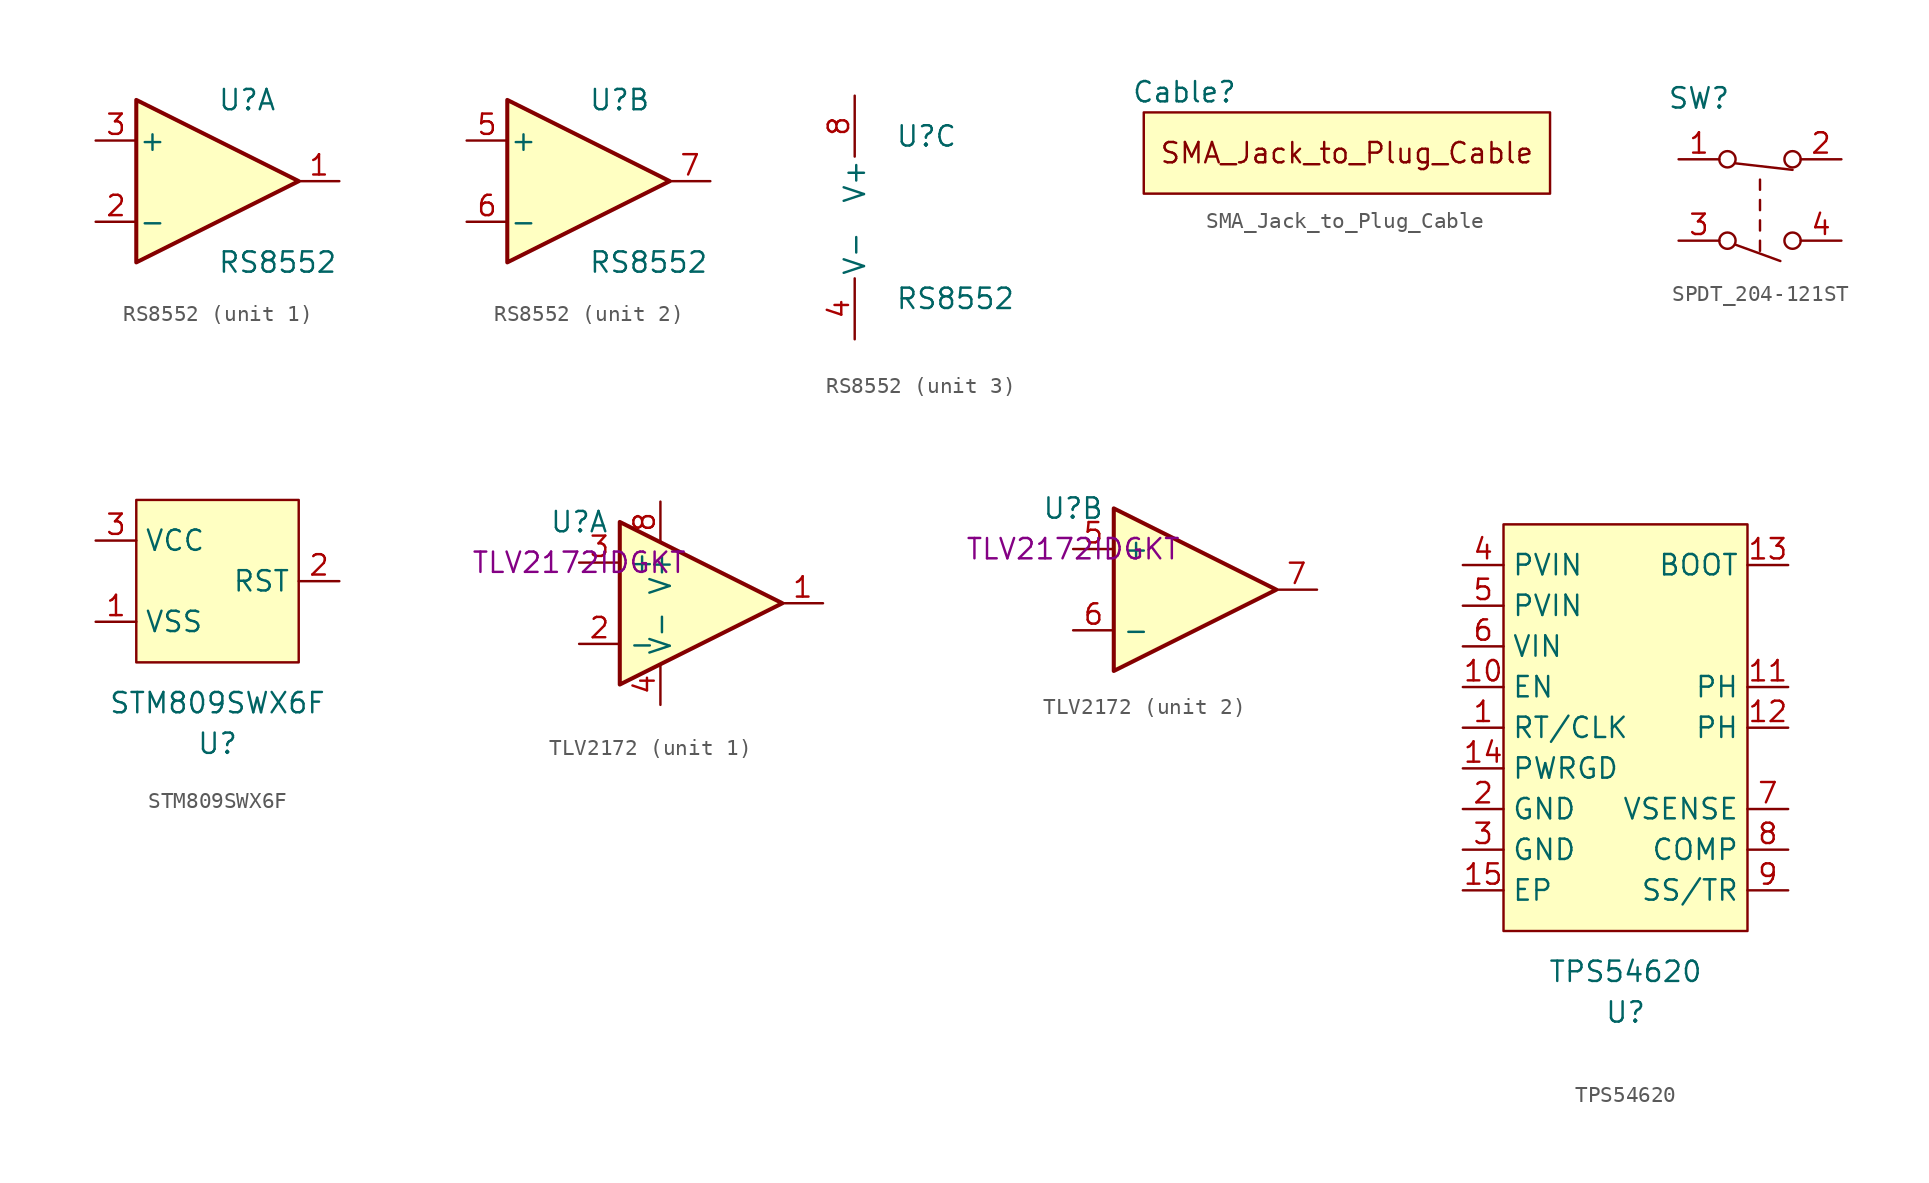
<source format=kicad_sym>
(kicad_symbol_lib
  (version 20220914)
  (generator kicad_symbol_editor)
  (symbol "RS8552"
    (pin_names
      (offset 0.127))
    (property "Reference" "U"
      (at 0 5.08 0)
      (effects (font (size 1.27 1.27)) (justify left)))
    (property "Value" "RS8552"
      (at 0 -5.08 0)
      (effects (font (size 1.27 1.27)) (justify left)))
    (property "ki_locked" ""
      (at 0 0 0)
      (effects (font (size 1.27 1.27))))
    (symbol "RS8552_1_1"
      (polyline (pts (xy -5.08 5.08) (xy 5.08 0) (xy -5.08 -5.08) (xy -5.08 5.08)) (stroke (width 0.254) (type default)) (fill (type background)))
      (pin output line (at 7.62 0 180) (length 2.54) (name "~" (effects (font (size 1.27 1.27)))) (number "1" (effects (font (size 1.27 1.27)))))
      (pin input line (at -7.62 -2.54 0) (length 2.54) (name "-" (effects (font (size 1.27 1.27)))) (number "2" (effects (font (size 1.27 1.27)))))
      (pin input line (at -7.62 2.54 0) (length 2.54) (name "+" (effects (font (size 1.27 1.27)))) (number "3" (effects (font (size 1.27 1.27))))))
    (symbol "RS8552_2_1"
      (polyline (pts (xy -5.08 5.08) (xy 5.08 0) (xy -5.08 -5.08) (xy -5.08 5.08)) (stroke (width 0.254) (type default)) (fill (type background)))
      (pin input line (at -7.62 2.54 0) (length 2.54) (name "+" (effects (font (size 1.27 1.27)))) (number "5" (effects (font (size 1.27 1.27)))))
      (pin input line (at -7.62 -2.54 0) (length 2.54) (name "-" (effects (font (size 1.27 1.27)))) (number "6" (effects (font (size 1.27 1.27)))))
      (pin output line (at 7.62 0 180) (length 2.54) (name "~" (effects (font (size 1.27 1.27)))) (number "7" (effects (font (size 1.27 1.27))))))
    (symbol "RS8552_3_1"
      (pin power_in line (at -2.54 -7.62 90) (length 3.81) (name "V-" (effects (font (size 1.27 1.27)))) (number "4" (effects (font (size 1.27 1.27)))))
      (pin power_in line (at -2.54 7.62 270) (length 3.81) (name "V+" (effects (font (size 1.27 1.27)))) (number "8" (effects (font (size 1.27 1.27)))))))
  (symbol "SMA_Jack_to_Plug_Cable"
    (property "Reference" "Cable"
      (at 2.54 1.27 0)
      (effects (font (size 1.27 1.27))))
    (symbol "SMA_Jack_to_Plug_Cable_0_1"
      (rectangle (start 0 0) (end 25.4 -5.08) (stroke (width 0) (type default)) (fill (type background))))
    (symbol "SMA_Jack_to_Plug_Cable_1_1"
      (text "SMA_Jack_to_Plug_Cable" (at 12.7 -2.54 0) (effects (font (size 1.27 1.27))))))
  (symbol "SPDT_204-121ST"
    (property "Reference" "SW"
      (at 1.27 3.81 0)
      (effects (font (size 1.27 1.27))))
    (property "Value" ""
      (at 0 -5.08 0)
      (effects (font (size 1.27 1.27))))
    (symbol "SPDT_204-121ST_0_0"
      (polyline (pts (xy 3.556 -5.334) (xy 6.35 -6.35)) (stroke (width 0) (type default)) (fill (type none)))
      (polyline (pts (xy 3.556 -0.254) (xy 7.112 -0.66)) (stroke (width 0) (type default)) (fill (type none)))
      (polyline (pts (xy 5.08 -5.08) (xy 5.08 -5.715)) (stroke (width 0) (type default)) (fill (type none)))
      (polyline (pts (xy 5.08 -3.81) (xy 5.08 -4.445)) (stroke (width 0) (type default)) (fill (type none)))
      (polyline (pts (xy 5.08 -2.54) (xy 5.08 -3.175)) (stroke (width 0) (type default)) (fill (type none)))
      (polyline (pts (xy 5.08 -1.27) (xy 5.08 -1.905)) (stroke (width 0) (type default)) (fill (type none)))
      (circle (center 3.048 -5.08) (radius 0.508) (stroke (width 0) (type default)) (fill (type none)))
      (circle (center 3.048 0) (radius 0.508) (stroke (width 0) (type default)) (fill (type none)))
      (circle (center 7.112 -5.08) (radius 0.508) (stroke (width 0) (type default)) (fill (type none)))
      (circle (center 7.112 0) (radius 0.508) (stroke (width 0) (type default)) (fill (type none))))
    (symbol "SPDT_204-121ST_1_1"
      (pin passive line (at 0 0 0) (length 2.54) (name "" (effects (font (size 1.27 1.27)))) (number "1" (effects (font (size 1.27 1.27)))))
      (pin passive line (at 10.16 0 180) (length 2.54) (name "" (effects (font (size 1.27 1.27)))) (number "2" (effects (font (size 1.27 1.27)))))
      (pin passive line (at 0 -5.08 0) (length 2.54) (name "" (effects (font (size 1.27 1.27)))) (number "3" (effects (font (size 1.27 1.27)))))
      (pin passive line (at 10.16 -5.08 180) (length 2.54) (name "" (effects (font (size 1.27 1.27)))) (number "4" (effects (font (size 1.27 1.27)))))))
  (symbol "STM809SWX6F"
    (property "Reference" "U"
      (at 0 -10.16 0)
      (effects (font (size 1.27 1.27))))
    (property "Value" "STM809SWX6F"
      (at 0 -7.62 0)
      (effects (font (size 1.27 1.27))))
    (symbol "STM809SWX6F_0_0"
      (pin power_in line (at -7.62 -2.54 0) (length 2.54) (name "VSS" (effects (font (size 1.27 1.27)))) (number "1" (effects (font (size 1.27 1.27)))))
      (pin output line (at 7.62 0 180) (length 2.54) (name "RST" (effects (font (size 1.27 1.27)))) (number "2" (effects (font (size 1.27 1.27)))))
      (pin power_in line (at -7.62 2.54 0) (length 2.54) (name "VCC" (effects (font (size 1.27 1.27)))) (number "3" (effects (font (size 1.27 1.27))))))
    (symbol "STM809SWX6F_0_1"
      (rectangle (start -5.08 5.08) (end 5.08 -5.08) (stroke (width 0) (type default)) (fill (type background)))))
  (symbol "TLV2172"
    (property "Reference" "U"
      (at 0 2.54 0)
      (effects (font (size 1.27 1.27))))
    (property "MFR_PN" "TLV2172IDGKT"
      (at 0 0 0)
      (effects (font (size 1.27 1.27))))
    (property "ki_locked" ""
      (at 0 0 0)
      (effects (font (size 1.27 1.27))))
    (symbol "TLV2172_1_1"
      (polyline (pts (xy 2.54 2.54) (xy 12.7 -2.54) (xy 2.54 -7.62) (xy 2.54 2.54) (xy 2.54 2.54)) (stroke (width 0.254) (type default)) (fill (type background)))
      (pin output line (at 15.24 -2.54 180) (length 2.54) (name "~" (effects (font (size 1.27 1.27)))) (number "1" (effects (font (size 1.27 1.27)))))
      (pin input line (at 0 -5.08 0) (length 2.54) (name "-" (effects (font (size 1.27 1.27)))) (number "2" (effects (font (size 1.27 1.27)))))
      (pin input line (at 0 0 0) (length 2.54) (name "+" (effects (font (size 1.27 1.27)))) (number "3" (effects (font (size 1.27 1.27)))))
      (pin input line (at 5.08 -8.89 90) (length 2.54) (name "V-" (effects (font (size 1.27 1.27)))) (number "4" (effects (font (size 1.27 1.27)))))
      (pin input line (at 5.08 3.81 270) (length 2.54) (name "V+" (effects (font (size 1.27 1.27)))) (number "8" (effects (font (size 1.27 1.27))))))
    (symbol "TLV2172_2_1"
      (polyline (pts (xy 2.54 2.54) (xy 12.7 -2.54) (xy 2.54 -7.62) (xy 2.54 2.54) (xy 2.54 2.54)) (stroke (width 0.254) (type default)) (fill (type background)))
      (pin input line (at 0 0 0) (length 2.54) (name "+" (effects (font (size 1.27 1.27)))) (number "5" (effects (font (size 1.27 1.27)))))
      (pin input line (at 0 -5.08 0) (length 2.54) (name "-" (effects (font (size 1.27 1.27)))) (number "6" (effects (font (size 1.27 1.27)))))
      (pin output line (at 15.24 -2.54 180) (length 2.54) (name "~" (effects (font (size 1.27 1.27)))) (number "7" (effects (font (size 1.27 1.27)))))))
  (symbol "TPS54620"
    (property "Reference" "U"
      (at 0 -17.78 0)
      (effects (font (size 1.27 1.27))))
    (property "Value" "TPS54620"
      (at 0 -15.24 0)
      (effects (font (size 1.27 1.27))))
    (symbol "TPS54620_0_0"
      (pin input line (at -10.16 0 0) (length 2.54) (name "RT/CLK" (effects (font (size 1.27 1.27)))) (number "1" (effects (font (size 1.27 1.27)))))
      (pin input line (at -10.16 2.54 0) (length 2.54) (name "EN" (effects (font (size 1.27 1.27)))) (number "10" (effects (font (size 1.27 1.27)))))
      (pin power_out line (at 10.16 2.54 180) (length 2.54) (name "PH" (effects (font (size 1.27 1.27)))) (number "11" (effects (font (size 1.27 1.27)))))
      (pin passive line (at 10.16 0 180) (length 2.54) (name "PH" (effects (font (size 1.27 1.27)))) (number "12" (effects (font (size 1.27 1.27)))))
      (pin input line (at 10.16 10.16 180) (length 2.54) (name "BOOT" (effects (font (size 1.27 1.27)))) (number "13" (effects (font (size 1.27 1.27)))))
      (pin output line (at -10.16 -2.54 0) (length 2.54) (name "PWRGD" (effects (font (size 1.27 1.27)))) (number "14" (effects (font (size 1.27 1.27)))))
      (pin power_in line (at -10.16 -10.16 0) (length 2.54) (name "EP" (effects (font (size 1.27 1.27)))) (number "15" (effects (font (size 1.27 1.27)))))
      (pin power_in line (at -10.16 -5.08 0) (length 2.54) (name "GND" (effects (font (size 1.27 1.27)))) (number "2" (effects (font (size 1.27 1.27)))))
      (pin power_in line (at -10.16 -7.62 0) (length 2.54) (name "GND" (effects (font (size 1.27 1.27)))) (number "3" (effects (font (size 1.27 1.27)))))
      (pin power_in line (at -10.16 10.16 0) (length 2.54) (name "PVIN" (effects (font (size 1.27 1.27)))) (number "4" (effects (font (size 1.27 1.27)))))
      (pin power_in line (at -10.16 7.62 0) (length 2.54) (name "PVIN" (effects (font (size 1.27 1.27)))) (number "5" (effects (font (size 1.27 1.27)))))
      (pin power_in line (at -10.16 5.08 0) (length 2.54) (name "VIN" (effects (font (size 1.27 1.27)))) (number "6" (effects (font (size 1.27 1.27)))))
      (pin input line (at 10.16 -5.08 180) (length 2.54) (name "VSENSE" (effects (font (size 1.27 1.27)))) (number "7" (effects (font (size 1.27 1.27)))))
      (pin output line (at 10.16 -7.62 180) (length 2.54) (name "COMP" (effects (font (size 1.27 1.27)))) (number "8" (effects (font (size 1.27 1.27)))))
      (pin output line (at 10.16 -10.16 180) (length 2.54) (name "SS/TR" (effects (font (size 1.27 1.27)))) (number "9" (effects (font (size 1.27 1.27))))))
    (symbol "TPS54620_0_1"
      (rectangle (start -7.62 12.7) (end 7.62 -12.7) (stroke (width 0) (type default)) (fill (type background))))))
</source>
